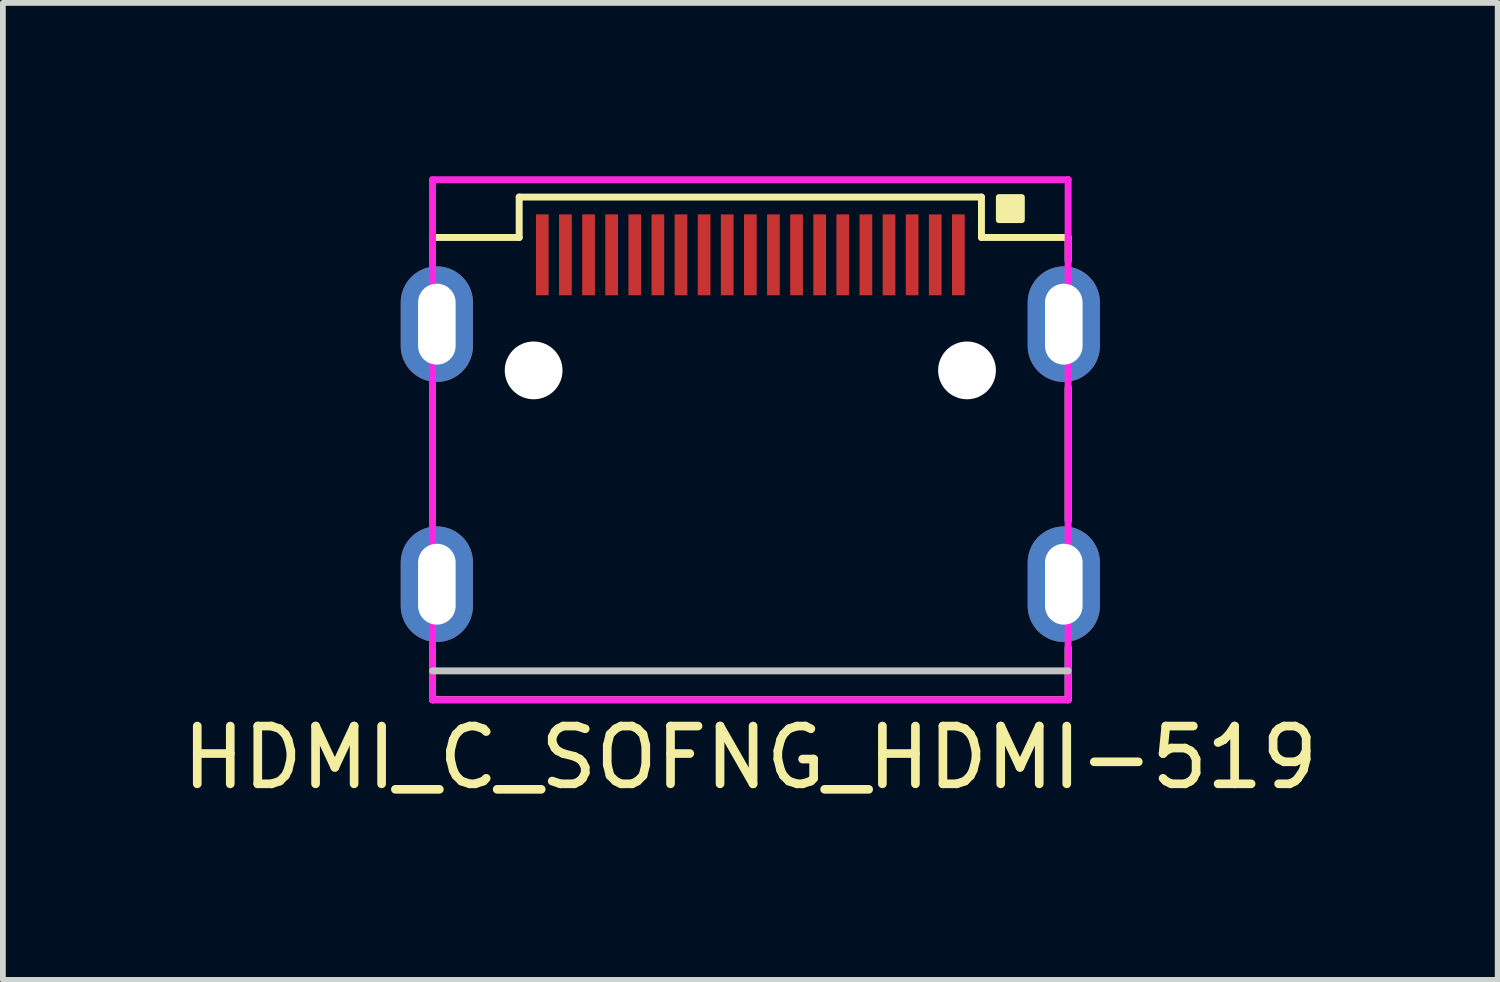
<source format=kicad_pcb>
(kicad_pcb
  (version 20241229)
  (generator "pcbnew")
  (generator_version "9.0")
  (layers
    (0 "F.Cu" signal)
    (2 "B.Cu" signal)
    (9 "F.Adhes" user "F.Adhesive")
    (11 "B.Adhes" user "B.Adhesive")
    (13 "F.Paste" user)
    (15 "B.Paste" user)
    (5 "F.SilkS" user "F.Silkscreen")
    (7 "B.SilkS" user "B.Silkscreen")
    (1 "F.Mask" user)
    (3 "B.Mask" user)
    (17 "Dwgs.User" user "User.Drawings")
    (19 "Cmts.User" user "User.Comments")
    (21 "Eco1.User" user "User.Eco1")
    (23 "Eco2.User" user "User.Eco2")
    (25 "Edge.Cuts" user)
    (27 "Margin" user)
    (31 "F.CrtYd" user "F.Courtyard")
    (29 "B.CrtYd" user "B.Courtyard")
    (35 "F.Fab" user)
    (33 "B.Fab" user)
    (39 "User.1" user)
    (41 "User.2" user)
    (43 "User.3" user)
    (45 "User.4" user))
  (footprint "HDMI_C_SOFNG_HDMI-519"
    (layer "F.Cu")
    (at 9.935 8.56)
    (property "Reference" "HDMI_C_SOFNG_HDMI-519" (at 0 1.5 0) (layer "F.SilkS") (effects (font (size 1 1) (thickness 0.15))))
    (attr smd)
    (fp_line (start -5.5 -7.5) (end -5.5 -7.1) (stroke (width 0.12) (type solid)) (layer "F.SilkS"))
    (fp_line (start -5.5 -4.9) (end -5.5 -2.6) (stroke (width 0.12) (type solid)) (layer "F.SilkS"))
    (fp_line (start -5.5 0.5) (end -5.5 -0.4) (stroke (width 0.12) (type solid)) (layer "F.SilkS"))
    (fp_line (start -4 -8.2) (end -4 -7.5) (stroke (width 0.12) (type solid)) (layer "F.SilkS"))
    (fp_line (start -4 -7.5) (end -5.5 -7.5) (stroke (width 0.12) (type solid)) (layer "F.SilkS"))
    (fp_line (start 4 -8.2) (end -4 -8.2) (stroke (width 0.12) (type solid)) (layer "F.SilkS"))
    (fp_line (start 4 -8.2) (end 4 -7.5) (stroke (width 0.12) (type solid)) (layer "F.SilkS"))
    (fp_line (start 4 -7.5) (end 5.5 -7.5) (stroke (width 0.12) (type solid)) (layer "F.SilkS"))
    (fp_line (start 5.5 -7.5) (end 5.5 -7.1) (stroke (width 0.12) (type solid)) (layer "F.SilkS"))
    (fp_line (start 5.5 -4.9) (end 5.5 -2.6) (stroke (width 0.12) (type solid)) (layer "F.SilkS"))
    (fp_line (start 5.5 0.5) (end -5.5 0.5) (stroke (width 0.12) (type solid)) (layer "F.SilkS"))
    (fp_line (start 5.5 0.5) (end 5.5 -0.4) (stroke (width 0.12) (type solid)) (layer "F.SilkS"))
    (fp_poly (pts (xy 4.7 -7.8) (xy 4.3 -7.8) (xy 4.3 -8.2) (xy 4.7 -8.2)) (stroke (width 0.1) (type solid)) (fill yes) (layer "F.SilkS"))
    (fp_line (start 5.5 0) (end -5.5 0) (stroke (width 0.12) (type solid)) (layer "Dwgs.User"))
    (fp_line (start -5.5 0.5) (end -5.5 -8.5) (stroke (width 0.12) (type solid)) (layer "F.CrtYd"))
    (fp_line (start 5.5 -8.5) (end -5.5 -8.5) (stroke (width 0.12) (type solid)) (layer "F.CrtYd"))
    (fp_line (start 5.5 -8.5) (end 5.5 0.5) (stroke (width 0.12) (type solid)) (layer "F.CrtYd"))
    (fp_line (start 5.5 0.5) (end -5.5 0.5) (stroke (width 0.12) (type solid)) (layer "F.CrtYd"))
    (pad "" np_thru_hole circle (at -3.75 -5.2 180) (size 1 1) (drill 1) (layers "*.Cu" "*.Mask"))
    (pad "" np_thru_hole circle (at 3.75 -5.2) (size 1 1) (drill 1) (layers "*.Cu" "*.Mask"))
    (pad "1" smd rect (at 3.6 -7.2 180) (size 0.22 1.4) (layers "F.Cu" "F.Mask" "F.Paste"))
    (pad "2" smd rect (at 3.2 -7.2 180) (size 0.22 1.4) (layers "F.Cu" "F.Mask" "F.Paste"))
    (pad "3" smd rect (at 2.8 -7.2 180) (size 0.22 1.4) (layers "F.Cu" "F.Mask" "F.Paste"))
    (pad "4" smd rect (at 2.4 -7.2 180) (size 0.22 1.4) (layers "F.Cu" "F.Mask" "F.Paste"))
    (pad "5" smd rect (at 2 -7.2 180) (size 0.22 1.4) (layers "F.Cu" "F.Mask" "F.Paste"))
    (pad "6" smd rect (at 1.6 -7.2 180) (size 0.22 1.4) (layers "F.Cu" "F.Mask" "F.Paste"))
    (pad "7" smd rect (at 1.2 -7.2 180) (size 0.22 1.4) (layers "F.Cu" "F.Mask" "F.Paste"))
    (pad "8" smd rect (at 0.8 -7.2 180) (size 0.22 1.4) (layers "F.Cu" "F.Mask" "F.Paste"))
    (pad "9" smd rect (at 0.4 -7.2 180) (size 0.22 1.4) (layers "F.Cu" "F.Mask" "F.Paste"))
    (pad "10" smd rect (at 0 -7.2 180) (size 0.22 1.4) (layers "F.Cu" "F.Mask" "F.Paste"))
    (pad "11" smd rect (at -0.4 -7.2 180) (size 0.22 1.4) (layers "F.Cu" "F.Mask" "F.Paste"))
    (pad "12" smd rect (at -0.8 -7.2 180) (size 0.22 1.4) (layers "F.Cu" "F.Mask" "F.Paste"))
    (pad "13" smd rect (at -1.2 -7.2 180) (size 0.22 1.4) (layers "F.Cu" "F.Mask" "F.Paste"))
    (pad "14" smd rect (at -1.6 -7.2 180) (size 0.22 1.4) (layers "F.Cu" "F.Mask" "F.Paste"))
    (pad "15" smd rect (at -2 -7.2 180) (size 0.22 1.4) (layers "F.Cu" "F.Mask" "F.Paste"))
    (pad "16" smd rect (at -2.4 -7.2 180) (size 0.22 1.4) (layers "F.Cu" "F.Mask" "F.Paste"))
    (pad "17" smd rect (at -2.8 -7.2 180) (size 0.22 1.4) (layers "F.Cu" "F.Mask" "F.Paste"))
    (pad "18" smd rect (at -3.2 -7.2 180) (size 0.22 1.4) (layers "F.Cu" "F.Mask" "F.Paste"))
    (pad "19" smd rect (at -3.6 -7.2 180) (size 0.22 1.4) (layers "F.Cu" "F.Mask" "F.Paste"))
    (pad "SH" thru_hole oval (at -5.425 -6) (size 1.25 2) (drill oval 0.65 1.4) (layers "*.Cu" "*.Mask"))
    (pad "SH" thru_hole oval (at -5.425 -1.5) (size 1.25 2) (drill oval 0.65 1.4) (layers "*.Cu" "*.Mask"))
    (pad "SH" thru_hole oval (at 5.425 -6 180) (size 1.25 2) (drill oval 0.65 1.4) (layers "*.Cu" "*.Mask"))
    (pad "SH" thru_hole oval (at 5.425 -1.5 180) (size 1.25 2) (drill oval 0.65 1.4) (layers "*.Cu" "*.Mask")))
  (gr_rect
    (start -3 -3)
    (end 22.869 13.908)
    (stroke (width 0.1) (type default))
    (fill no)
    (layer "Edge.Cuts")))
</source>
